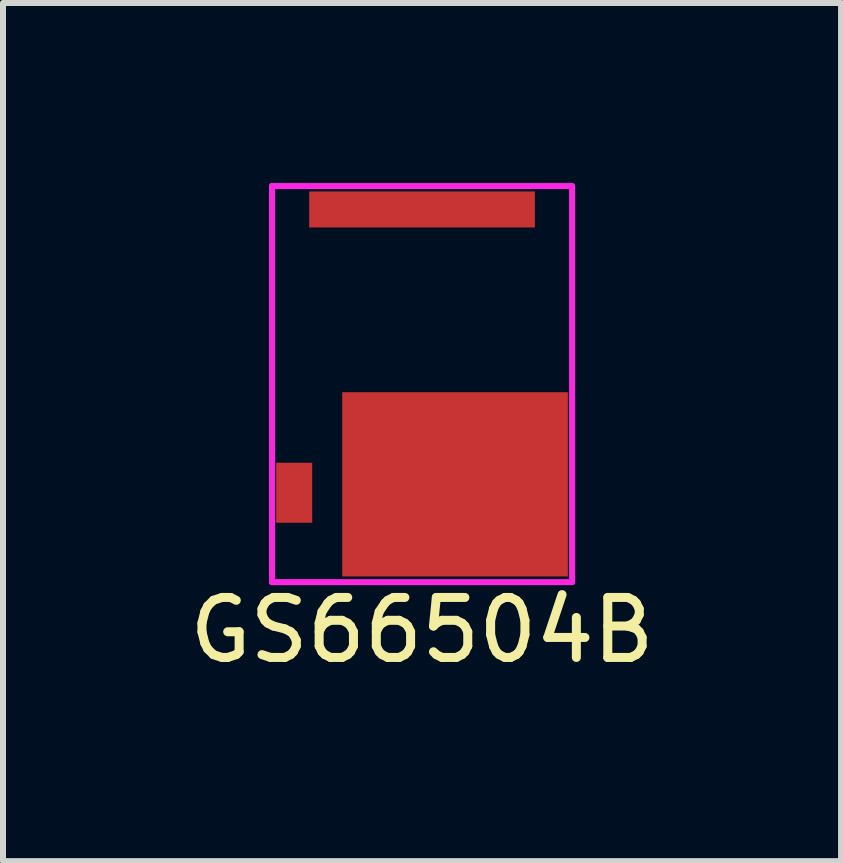
<source format=kicad_pcb>
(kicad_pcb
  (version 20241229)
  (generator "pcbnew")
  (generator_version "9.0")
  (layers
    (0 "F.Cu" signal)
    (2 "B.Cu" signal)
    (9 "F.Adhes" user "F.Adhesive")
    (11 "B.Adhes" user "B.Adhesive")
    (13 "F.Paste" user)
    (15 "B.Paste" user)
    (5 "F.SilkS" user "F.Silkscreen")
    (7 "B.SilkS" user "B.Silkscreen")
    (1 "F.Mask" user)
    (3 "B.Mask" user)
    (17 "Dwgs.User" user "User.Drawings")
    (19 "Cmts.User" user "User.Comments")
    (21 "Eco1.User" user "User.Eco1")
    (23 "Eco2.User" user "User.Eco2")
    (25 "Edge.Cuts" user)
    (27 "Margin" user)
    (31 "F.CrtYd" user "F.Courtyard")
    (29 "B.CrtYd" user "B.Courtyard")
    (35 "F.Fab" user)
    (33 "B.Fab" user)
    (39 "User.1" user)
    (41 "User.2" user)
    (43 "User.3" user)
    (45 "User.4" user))
  (footprint "GS66504B"
    (layer "F.Cu")
    (at 3.982 3.35)
    (property "Reference" "GS66504B" (at 0 4.1 0) (layer "F.SilkS") (effects (font (size 1 1) (thickness 0.15))))
    (attr through_hole)
    (fp_line (start -2.5 -3.3) (end 2.5 -3.3) (stroke (width 0.1) (type solid)) (layer "F.CrtYd"))
    (fp_line (start -2.5 3.3) (end -2.5 -3.3) (stroke (width 0.1) (type solid)) (layer "F.CrtYd"))
    (fp_line (start 2.5 -3.3) (end 2.5 3.3) (stroke (width 0.1) (type solid)) (layer "F.CrtYd"))
    (fp_line (start 2.5 3.3) (end -2.5 3.3) (stroke (width 0.1) (type solid)) (layer "F.CrtYd"))
    (pad "1" smd rect (at 0 -2.91) (size 3.76 0.6) (layers "F.Cu" "F.Mask" "F.Paste"))
    (pad "2" smd rect (at -2.13 1.81) (size 0.6 1) (layers "F.Cu" "F.Mask" "F.Paste"))
    (pad "3" smd rect (at 0.55 1.67) (size 3.76 3.07) (layers "F.Cu" "F.Mask" "F.Paste")))
  (gr_rect
    (start -3 -3)
    (end 10.964 11.298)
    (stroke (width 0.1) (type default))
    (fill no)
    (layer "Edge.Cuts")))
</source>
